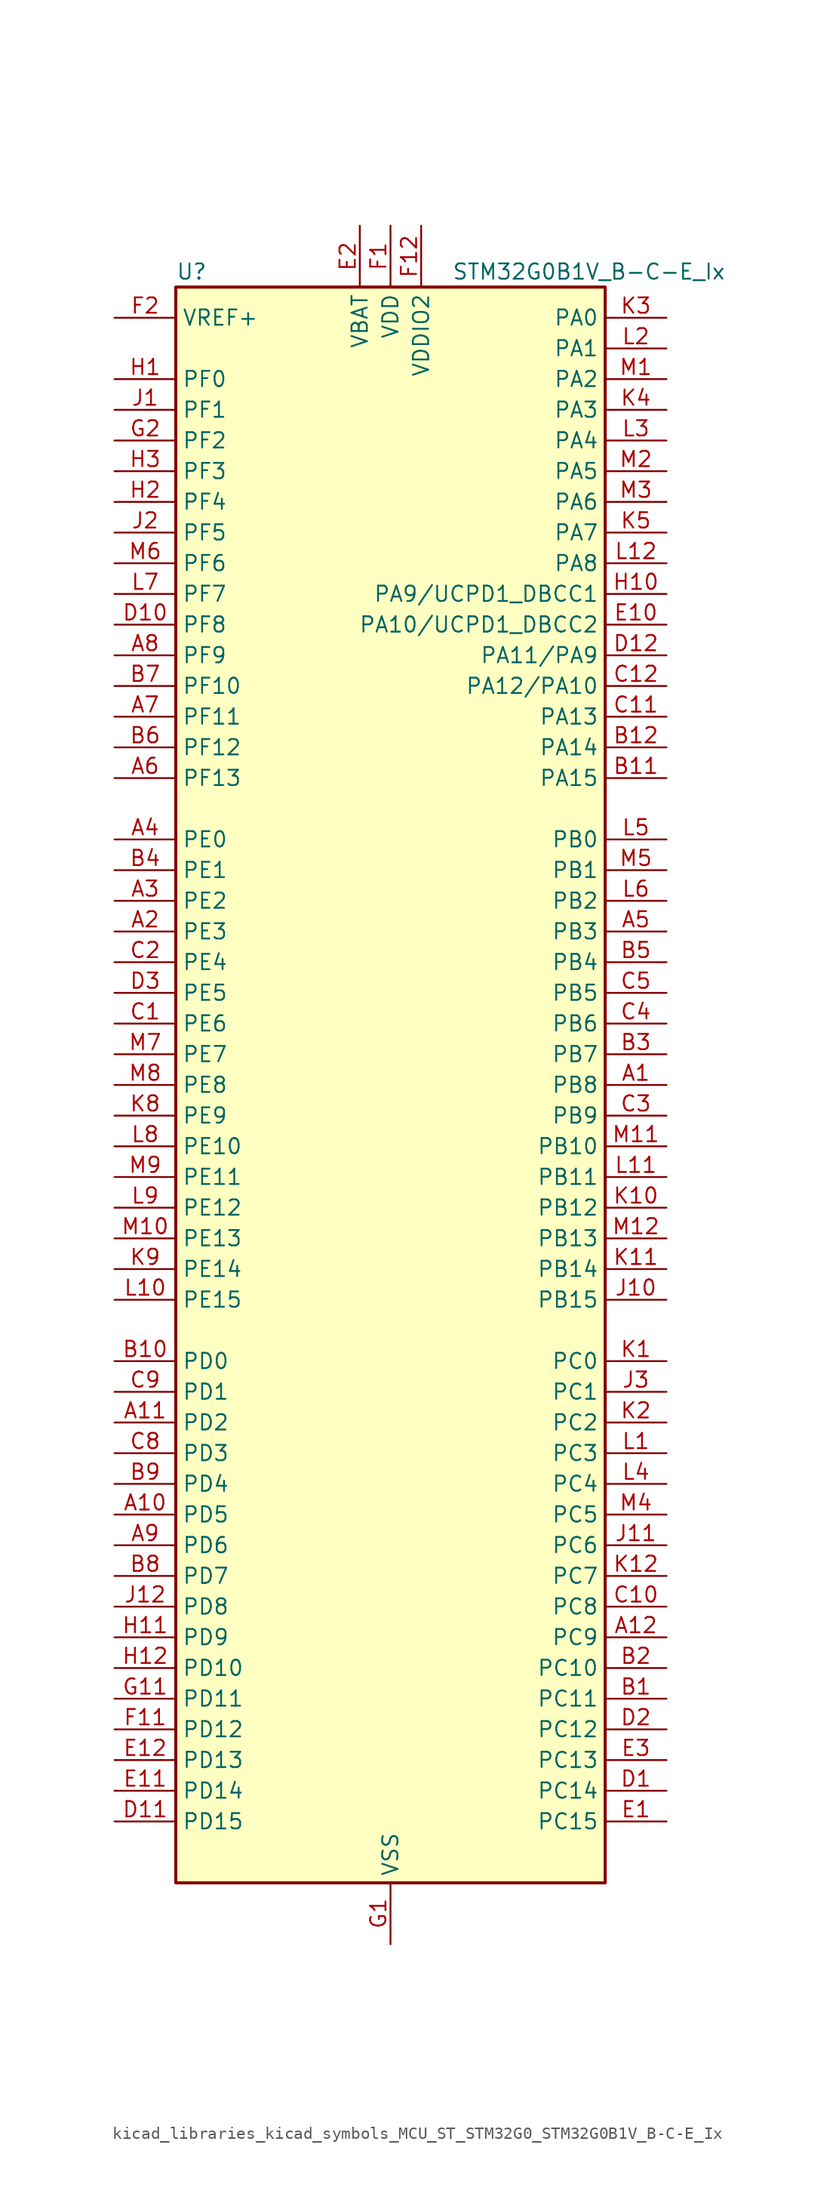
<source format=kicad_sym>
(kicad_symbol_lib
  (version 20220914)
  (generator kicad_symbol_editor)
  (symbol "kicad_libraries_kicad_symbols_MCU_ST_STM32G0_STM32G0B1V_B-C-E_Ix"
    (property "Reference" "U"
      (at -17.78 67.31 0)
      (effects (font (size 1.27 1.27)) (justify left)))
    (property "Value" "STM32G0B1V_B-C-E_Ix"
      (at 5.08 67.31 0)
      (effects (font (size 1.27 1.27)) (justify left)))
    (property "ki_locked" ""
      (at 0 0 0)
      (effects (font (size 1.27 1.27))))
    (symbol "kicad_libraries_kicad_symbols_MCU_ST_STM32G0_STM32G0B1V_B-C-E_Ix_0_1"
      (rectangle (start -17.78 -66.04) (end 17.78 66.04) (stroke (width 0.254) (type default)) (fill (type background))))
    (symbol "kicad_libraries_kicad_symbols_MCU_ST_STM32G0_STM32G0B1V_B-C-E_Ix_1_1"
      (pin bidirectional line (at 22.86 0 180) (length 5.08) (name "PB8" (effects (font (size 1.27 1.27)))) (number "A1" (effects (font (size 1.27 1.27)))) (alternate "CEC" bidirectional line) (alternate "FDCAN1_RX" bidirectional line) (alternate "I2C1_SCL" bidirectional line) (alternate "I2S2_CK" bidirectional line) (alternate "SPI2_SCK" bidirectional line) (alternate "TIM15_BK" bidirectional line) (alternate "TIM16_CH1" bidirectional line) (alternate "TIM4_CH3" bidirectional line) (alternate "USART3_TX" bidirectional line) (alternate "USART6_TX" bidirectional line))
      (pin bidirectional line (at -22.86 -35.56 0) (length 5.08) (name "PD5" (effects (font (size 1.27 1.27)))) (number "A10" (effects (font (size 1.27 1.27)))) (alternate "I2S1_MCK" bidirectional line) (alternate "SPI1_MISO" bidirectional line) (alternate "TIM1_BK" bidirectional line) (alternate "USART2_TX" bidirectional line) (alternate "USART5_CTS" bidirectional line) (alternate "USART5_NSS" bidirectional line))
      (pin bidirectional line (at -22.86 -27.94 0) (length 5.08) (name "PD2" (effects (font (size 1.27 1.27)))) (number "A11" (effects (font (size 1.27 1.27)))) (alternate "TIM1_CH1N" bidirectional line) (alternate "TIM3_ETR" bidirectional line) (alternate "UCPD2_CC2" bidirectional line) (alternate "USART3_CK" bidirectional line) (alternate "USART3_DE" bidirectional line) (alternate "USART3_RTS" bidirectional line) (alternate "USART5_RX" bidirectional line))
      (pin bidirectional line (at 22.86 -45.72 180) (length 5.08) (name "PC9" (effects (font (size 1.27 1.27)))) (number "A12" (effects (font (size 1.27 1.27)))) (alternate "DAC1_EXTI9" bidirectional line) (alternate "I2S_CKIN" bidirectional line) (alternate "LPUART2_DE" bidirectional line) (alternate "LPUART2_RTS" bidirectional line) (alternate "TIM1_CH2" bidirectional line) (alternate "TIM3_CH4" bidirectional line) (alternate "USB_NOE" bidirectional line))
      (pin bidirectional line (at -22.86 12.7 0) (length 5.08) (name "PE3" (effects (font (size 1.27 1.27)))) (number "A2" (effects (font (size 1.27 1.27)))) (alternate "TIM3_CH1" bidirectional line))
      (pin bidirectional line (at -22.86 15.24 0) (length 5.08) (name "PE2" (effects (font (size 1.27 1.27)))) (number "A3" (effects (font (size 1.27 1.27)))) (alternate "TIM3_ETR" bidirectional line))
      (pin bidirectional line (at -22.86 20.32 0) (length 5.08) (name "PE0" (effects (font (size 1.27 1.27)))) (number "A4" (effects (font (size 1.27 1.27)))) (alternate "TIM16_CH1" bidirectional line) (alternate "TIM4_ETR" bidirectional line))
      (pin bidirectional line (at 22.86 12.7 180) (length 5.08) (name "PB3" (effects (font (size 1.27 1.27)))) (number "A5" (effects (font (size 1.27 1.27)))) (alternate "COMP2_INM" bidirectional line) (alternate "I2C2_SCL" bidirectional line) (alternate "I2C3_SCL" bidirectional line) (alternate "I2S1_CK" bidirectional line) (alternate "SPI1_SCK" bidirectional line) (alternate "SPI3_SCK" bidirectional line) (alternate "TIM1_CH2" bidirectional line) (alternate "TIM2_CH2" bidirectional line) (alternate "USART1_CK" bidirectional line) (alternate "USART1_DE" bidirectional line) (alternate "USART1_RTS" bidirectional line) (alternate "USART5_TX" bidirectional line))
      (pin bidirectional line (at -22.86 25.4 0) (length 5.08) (name "PF13" (effects (font (size 1.27 1.27)))) (number "A6" (effects (font (size 1.27 1.27)))) (alternate "TIM15_CH2" bidirectional line))
      (pin bidirectional line (at -22.86 30.48 0) (length 5.08) (name "PF11" (effects (font (size 1.27 1.27)))) (number "A7" (effects (font (size 1.27 1.27)))) (alternate "ADC1_EXTI11" bidirectional line) (alternate "USART6_CK" bidirectional line) (alternate "USART6_DE" bidirectional line) (alternate "USART6_RTS" bidirectional line))
      (pin bidirectional line (at -22.86 35.56 0) (length 5.08) (name "PF9" (effects (font (size 1.27 1.27)))) (number "A8" (effects (font (size 1.27 1.27)))) (alternate "DAC1_EXTI9" bidirectional line) (alternate "USART6_TX" bidirectional line))
      (pin bidirectional line (at -22.86 -38.1 0) (length 5.08) (name "PD6" (effects (font (size 1.27 1.27)))) (number "A9" (effects (font (size 1.27 1.27)))) (alternate "I2S1_SD" bidirectional line) (alternate "LPTIM2_OUT" bidirectional line) (alternate "SPI1_MOSI" bidirectional line) (alternate "USART2_RX" bidirectional line))
      (pin bidirectional line (at 22.86 -50.8 180) (length 5.08) (name "PC11" (effects (font (size 1.27 1.27)))) (number "B1" (effects (font (size 1.27 1.27)))) (alternate "ADC1_EXTI11" bidirectional line) (alternate "SPI3_MISO" bidirectional line) (alternate "TIM1_CH4" bidirectional line) (alternate "USART3_RX" bidirectional line) (alternate "USART4_RX" bidirectional line))
      (pin bidirectional line (at -22.86 -22.86 0) (length 5.08) (name "PD0" (effects (font (size 1.27 1.27)))) (number "B10" (effects (font (size 1.27 1.27)))) (alternate "FDCAN1_RX" bidirectional line) (alternate "I2S2_WS" bidirectional line) (alternate "SPI2_NSS" bidirectional line) (alternate "TIM16_CH1" bidirectional line) (alternate "UCPD2_CC1" bidirectional line))
      (pin bidirectional line (at 22.86 25.4 180) (length 5.08) (name "PA15" (effects (font (size 1.27 1.27)))) (number "B11" (effects (font (size 1.27 1.27)))) (alternate "I2C2_SMBA" bidirectional line) (alternate "I2S1_WS" bidirectional line) (alternate "RCC_MCO_2" bidirectional line) (alternate "SPI1_NSS" bidirectional line) (alternate "SPI3_NSS" bidirectional line) (alternate "TIM2_CH1" bidirectional line) (alternate "TIM2_ETR" bidirectional line) (alternate "USART2_RX" bidirectional line) (alternate "USART3_CK" bidirectional line) (alternate "USART3_DE" bidirectional line) (alternate "USART3_RTS" bidirectional line) (alternate "USART4_CK" bidirectional line) (alternate "USART4_DE" bidirectional line) (alternate "USART4_RTS" bidirectional line) (alternate "USB_NOE" bidirectional line))
      (pin bidirectional line (at 22.86 27.94 180) (length 5.08) (name "PA14" (effects (font (size 1.27 1.27)))) (number "B12" (effects (font (size 1.27 1.27)))) (alternate "LPUART2_TX" bidirectional line) (alternate "SYS_SWCLK" bidirectional line) (alternate "USART2_TX" bidirectional line))
      (pin bidirectional line (at 22.86 -48.26 180) (length 5.08) (name "PC10" (effects (font (size 1.27 1.27)))) (number "B2" (effects (font (size 1.27 1.27)))) (alternate "SPI3_SCK" bidirectional line) (alternate "TIM1_CH3" bidirectional line) (alternate "USART3_TX" bidirectional line) (alternate "USART4_TX" bidirectional line))
      (pin bidirectional line (at 22.86 2.54 180) (length 5.08) (name "PB7" (effects (font (size 1.27 1.27)))) (number "B3" (effects (font (size 1.27 1.27)))) (alternate "COMP2_INM" bidirectional line) (alternate "I2C1_SDA" bidirectional line) (alternate "I2S2_SD" bidirectional line) (alternate "LPTIM1_IN2" bidirectional line) (alternate "LPUART2_RX" bidirectional line) (alternate "SPI2_MOSI" bidirectional line) (alternate "SYS_PVD_IN" bidirectional line) (alternate "TIM17_CH1N" bidirectional line) (alternate "TIM4_CH2" bidirectional line) (alternate "USART1_RX" bidirectional line) (alternate "USART4_CTS" bidirectional line) (alternate "USART4_NSS" bidirectional line))
      (pin bidirectional line (at -22.86 17.78 0) (length 5.08) (name "PE1" (effects (font (size 1.27 1.27)))) (number "B4" (effects (font (size 1.27 1.27)))) (alternate "TIM17_CH1" bidirectional line))
      (pin bidirectional line (at 22.86 10.16 180) (length 5.08) (name "PB4" (effects (font (size 1.27 1.27)))) (number "B5" (effects (font (size 1.27 1.27)))) (alternate "COMP2_INP" bidirectional line) (alternate "I2C2_SDA" bidirectional line) (alternate "I2C3_SDA" bidirectional line) (alternate "I2S1_MCK" bidirectional line) (alternate "SPI1_MISO" bidirectional line) (alternate "SPI3_MISO" bidirectional line) (alternate "TIM17_BK" bidirectional line) (alternate "TIM3_CH1" bidirectional line) (alternate "USART1_CTS" bidirectional line) (alternate "USART1_NSS" bidirectional line) (alternate "USART5_RX" bidirectional line))
      (pin bidirectional line (at -22.86 27.94 0) (length 5.08) (name "PF12" (effects (font (size 1.27 1.27)))) (number "B6" (effects (font (size 1.27 1.27)))) (alternate "TIM15_CH1" bidirectional line) (alternate "USART6_CTS" bidirectional line) (alternate "USART6_NSS" bidirectional line))
      (pin bidirectional line (at -22.86 33.02 0) (length 5.08) (name "PF10" (effects (font (size 1.27 1.27)))) (number "B7" (effects (font (size 1.27 1.27)))) (alternate "USART6_RX" bidirectional line))
      (pin bidirectional line (at -22.86 -40.64 0) (length 5.08) (name "PD7" (effects (font (size 1.27 1.27)))) (number "B8" (effects (font (size 1.27 1.27)))) (alternate "RCC_MCO_2" bidirectional line))
      (pin bidirectional line (at -22.86 -33.02 0) (length 5.08) (name "PD4" (effects (font (size 1.27 1.27)))) (number "B9" (effects (font (size 1.27 1.27)))) (alternate "I2S2_SD" bidirectional line) (alternate "SPI2_MOSI" bidirectional line) (alternate "TIM1_CH3N" bidirectional line) (alternate "USART2_CK" bidirectional line) (alternate "USART2_DE" bidirectional line) (alternate "USART2_RTS" bidirectional line) (alternate "USART5_CK" bidirectional line) (alternate "USART5_DE" bidirectional line) (alternate "USART5_RTS" bidirectional line))
      (pin bidirectional line (at -22.86 5.08 0) (length 5.08) (name "PE6" (effects (font (size 1.27 1.27)))) (number "C1" (effects (font (size 1.27 1.27)))) (alternate "RTC_TAMP_IN3" bidirectional line) (alternate "SYS_WKUP3" bidirectional line) (alternate "TIM3_CH4" bidirectional line))
      (pin bidirectional line (at 22.86 -43.18 180) (length 5.08) (name "PC8" (effects (font (size 1.27 1.27)))) (number "C10" (effects (font (size 1.27 1.27)))) (alternate "LPUART2_CTS" bidirectional line) (alternate "TIM1_CH1" bidirectional line) (alternate "TIM3_CH3" bidirectional line) (alternate "UCPD2_FRSTX1" bidirectional line) (alternate "UCPD2_FRSTX2" bidirectional line))
      (pin bidirectional line (at 22.86 30.48 180) (length 5.08) (name "PA13" (effects (font (size 1.27 1.27)))) (number "C11" (effects (font (size 1.27 1.27)))) (alternate "IR_OUT" bidirectional line) (alternate "LPUART2_RX" bidirectional line) (alternate "SYS_SWDIO" bidirectional line) (alternate "USB_NOE" bidirectional line))
      (pin bidirectional line (at 22.86 33.02 180) (length 5.08) (name "PA12/PA10" (effects (font (size 1.27 1.27)))) (number "C12" (effects (font (size 1.27 1.27)))) (alternate "COMP2_OUT" bidirectional line) (alternate "FDCAN1_TX" bidirectional line) (alternate "I2C2_SDA" bidirectional line) (alternate "I2S1_SD" bidirectional line) (alternate "I2S_CKIN" bidirectional line) (alternate "SPI1_MOSI" bidirectional line) (alternate "TIM1_ETR" bidirectional line) (alternate "USART1_CK" bidirectional line) (alternate "USART1_DE" bidirectional line) (alternate "USART1_RTS" bidirectional line) (alternate "USB_DP" bidirectional line))
      (pin bidirectional line (at -22.86 10.16 0) (length 5.08) (name "PE4" (effects (font (size 1.27 1.27)))) (number "C2" (effects (font (size 1.27 1.27)))) (alternate "TIM3_CH2" bidirectional line))
      (pin bidirectional line (at 22.86 -2.54 180) (length 5.08) (name "PB9" (effects (font (size 1.27 1.27)))) (number "C3" (effects (font (size 1.27 1.27)))) (alternate "DAC1_EXTI9" bidirectional line) (alternate "FDCAN1_TX" bidirectional line) (alternate "I2C1_SDA" bidirectional line) (alternate "I2S2_WS" bidirectional line) (alternate "IR_OUT" bidirectional line) (alternate "SPI2_NSS" bidirectional line) (alternate "TIM17_CH1" bidirectional line) (alternate "TIM4_CH4" bidirectional line) (alternate "UCPD2_FRSTX1" bidirectional line) (alternate "UCPD2_FRSTX2" bidirectional line) (alternate "USART3_RX" bidirectional line) (alternate "USART6_RX" bidirectional line))
      (pin bidirectional line (at 22.86 5.08 180) (length 5.08) (name "PB6" (effects (font (size 1.27 1.27)))) (number "C4" (effects (font (size 1.27 1.27)))) (alternate "COMP2_INP" bidirectional line) (alternate "FDCAN2_TX" bidirectional line) (alternate "I2C1_SCL" bidirectional line) (alternate "I2S2_MCK" bidirectional line) (alternate "LPTIM1_ETR" bidirectional line) (alternate "LPUART2_TX" bidirectional line) (alternate "SPI2_MISO" bidirectional line) (alternate "TIM16_CH1N" bidirectional line) (alternate "TIM1_CH3" bidirectional line) (alternate "TIM4_CH1" bidirectional line) (alternate "USART1_TX" bidirectional line) (alternate "USART5_CTS" bidirectional line) (alternate "USART5_NSS" bidirectional line))
      (pin bidirectional line (at 22.86 7.62 180) (length 5.08) (name "PB5" (effects (font (size 1.27 1.27)))) (number "C5" (effects (font (size 1.27 1.27)))) (alternate "COMP2_OUT" bidirectional line) (alternate "FDCAN2_RX" bidirectional line) (alternate "I2C1_SMBA" bidirectional line) (alternate "I2S1_SD" bidirectional line) (alternate "LPTIM1_IN1" bidirectional line) (alternate "SPI1_MOSI" bidirectional line) (alternate "SPI3_MOSI" bidirectional line) (alternate "SYS_WKUP6" bidirectional line) (alternate "TIM16_BK" bidirectional line) (alternate "TIM3_CH2" bidirectional line) (alternate "USART5_CK" bidirectional line) (alternate "USART5_DE" bidirectional line) (alternate "USART5_RTS" bidirectional line))
      (pin bidirectional line (at -22.86 -30.48 0) (length 5.08) (name "PD3" (effects (font (size 1.27 1.27)))) (number "C8" (effects (font (size 1.27 1.27)))) (alternate "I2S2_MCK" bidirectional line) (alternate "SPI2_MISO" bidirectional line) (alternate "TIM1_CH2N" bidirectional line) (alternate "UCPD2_DBCC2" bidirectional line) (alternate "USART2_CTS" bidirectional line) (alternate "USART2_NSS" bidirectional line) (alternate "USART5_TX" bidirectional line))
      (pin bidirectional line (at -22.86 -25.4 0) (length 5.08) (name "PD1" (effects (font (size 1.27 1.27)))) (number "C9" (effects (font (size 1.27 1.27)))) (alternate "FDCAN1_TX" bidirectional line) (alternate "I2S2_CK" bidirectional line) (alternate "SPI2_SCK" bidirectional line) (alternate "TIM17_CH1" bidirectional line) (alternate "UCPD2_DBCC1" bidirectional line))
      (pin bidirectional line (at 22.86 -58.42 180) (length 5.08) (name "PC14" (effects (font (size 1.27 1.27)))) (number "D1" (effects (font (size 1.27 1.27)))) (alternate "RCC_OSC32_IN" bidirectional line) (alternate "TIM1_BK2" bidirectional line))
      (pin bidirectional line (at -22.86 38.1 0) (length 5.08) (name "PF8" (effects (font (size 1.27 1.27)))) (number "D10" (effects (font (size 1.27 1.27)))))
      (pin bidirectional line (at -22.86 -60.96 0) (length 5.08) (name "PD15" (effects (font (size 1.27 1.27)))) (number "D11" (effects (font (size 1.27 1.27)))) (alternate "CRS1_SYNC" bidirectional line) (alternate "FDCAN2_TX" bidirectional line) (alternate "LPUART2_DE" bidirectional line) (alternate "LPUART2_RTS" bidirectional line) (alternate "TIM4_CH4" bidirectional line))
      (pin bidirectional line (at 22.86 35.56 180) (length 5.08) (name "PA11/PA9" (effects (font (size 1.27 1.27)))) (number "D12" (effects (font (size 1.27 1.27)))) (alternate "ADC1_EXTI11" bidirectional line) (alternate "COMP1_OUT" bidirectional line) (alternate "FDCAN1_RX" bidirectional line) (alternate "I2C2_SCL" bidirectional line) (alternate "I2S1_MCK" bidirectional line) (alternate "SPI1_MISO" bidirectional line) (alternate "TIM1_BK2" bidirectional line) (alternate "TIM1_CH4" bidirectional line) (alternate "USART1_CTS" bidirectional line) (alternate "USART1_NSS" bidirectional line) (alternate "USB_DM" bidirectional line))
      (pin bidirectional line (at 22.86 -53.34 180) (length 5.08) (name "PC12" (effects (font (size 1.27 1.27)))) (number "D2" (effects (font (size 1.27 1.27)))) (alternate "LPTIM1_IN1" bidirectional line) (alternate "SPI3_MOSI" bidirectional line) (alternate "TIM14_CH1" bidirectional line) (alternate "UCPD1_FRSTX1" bidirectional line) (alternate "UCPD1_FRSTX2" bidirectional line) (alternate "USART5_TX" bidirectional line))
      (pin bidirectional line (at -22.86 7.62 0) (length 5.08) (name "PE5" (effects (font (size 1.27 1.27)))) (number "D3" (effects (font (size 1.27 1.27)))) (alternate "TIM3_CH3" bidirectional line))
      (pin bidirectional line (at 22.86 -60.96 180) (length 5.08) (name "PC15" (effects (font (size 1.27 1.27)))) (number "E1" (effects (font (size 1.27 1.27)))) (alternate "RCC_OSC32_EN" bidirectional line) (alternate "RCC_OSC32_OUT" bidirectional line) (alternate "RCC_OSC_EN" bidirectional line) (alternate "TIM15_BK" bidirectional line))
      (pin bidirectional line (at 22.86 38.1 180) (length 5.08) (name "PA10/UCPD1_DBCC2" (effects (font (size 1.27 1.27)))) (number "E10" (effects (font (size 1.27 1.27)))) (alternate "I2C1_SDA" bidirectional line) (alternate "I2C2_SDA" bidirectional line) (alternate "I2S2_SD" bidirectional line) (alternate "RCC_MCO_2" bidirectional line) (alternate "SPI2_MOSI" bidirectional line) (alternate "TIM17_BK" bidirectional line) (alternate "TIM1_CH3" bidirectional line) (alternate "UCPD1_DBCC2" bidirectional line) (alternate "USART1_RX" bidirectional line))
      (pin bidirectional line (at -22.86 -58.42 0) (length 5.08) (name "PD14" (effects (font (size 1.27 1.27)))) (number "E11" (effects (font (size 1.27 1.27)))) (alternate "FDCAN2_RX" bidirectional line) (alternate "LPUART2_CTS" bidirectional line) (alternate "TIM4_CH3" bidirectional line))
      (pin bidirectional line (at -22.86 -55.88 0) (length 5.08) (name "PD13" (effects (font (size 1.27 1.27)))) (number "E12" (effects (font (size 1.27 1.27)))) (alternate "FDCAN1_TX" bidirectional line) (alternate "LPTIM2_OUT" bidirectional line) (alternate "TIM4_CH2" bidirectional line))
      (pin power_in line (at -2.54 71.12 270) (length 5.08) (name "VBAT" (effects (font (size 1.27 1.27)))) (number "E2" (effects (font (size 1.27 1.27)))))
      (pin bidirectional line (at 22.86 -55.88 180) (length 5.08) (name "PC13" (effects (font (size 1.27 1.27)))) (number "E3" (effects (font (size 1.27 1.27)))) (alternate "RTC_OUT1" bidirectional line) (alternate "RTC_TAMP_IN1" bidirectional line) (alternate "RTC_TS" bidirectional line) (alternate "SYS_WKUP2" bidirectional line) (alternate "TIM1_BK" bidirectional line))
      (pin power_in line (at 0 71.12 270) (length 5.08) (name "VDD" (effects (font (size 1.27 1.27)))) (number "F1" (effects (font (size 1.27 1.27)))))
      (pin bidirectional line (at -22.86 -53.34 0) (length 5.08) (name "PD12" (effects (font (size 1.27 1.27)))) (number "F11" (effects (font (size 1.27 1.27)))) (alternate "FDCAN1_RX" bidirectional line) (alternate "LPTIM2_IN1" bidirectional line) (alternate "TIM4_CH1" bidirectional line) (alternate "USART3_CK" bidirectional line) (alternate "USART3_DE" bidirectional line) (alternate "USART3_RTS" bidirectional line))
      (pin power_in line (at 2.54 71.12 270) (length 5.08) (name "VDDIO2" (effects (font (size 1.27 1.27)))) (number "F12" (effects (font (size 1.27 1.27)))))
      (pin input line (at -22.86 63.5 0) (length 5.08) (name "VREF+" (effects (font (size 1.27 1.27)))) (number "F2" (effects (font (size 1.27 1.27)))) (alternate "VREFBUF_OUT" bidirectional line))
      (pin power_in line (at 0 -71.12 90) (length 5.08) (name "VSS" (effects (font (size 1.27 1.27)))) (number "G1" (effects (font (size 1.27 1.27)))))
      (pin bidirectional line (at -22.86 -50.8 0) (length 5.08) (name "PD11" (effects (font (size 1.27 1.27)))) (number "G11" (effects (font (size 1.27 1.27)))) (alternate "ADC1_EXTI11" bidirectional line) (alternate "LPTIM2_ETR" bidirectional line) (alternate "USART3_CTS" bidirectional line) (alternate "USART3_NSS" bidirectional line))
      (pin passive line (at 0 -71.12 90) (length 5.08) hide (name "VSS" (effects (font (size 1.27 1.27)))) (number "G12" (effects (font (size 1.27 1.27)))))
      (pin bidirectional line (at -22.86 53.34 0) (length 5.08) (name "PF2" (effects (font (size 1.27 1.27)))) (number "G2" (effects (font (size 1.27 1.27)))) (alternate "LPUART2_DE" bidirectional line) (alternate "LPUART2_RTS" bidirectional line) (alternate "LPUART2_TX" bidirectional line) (alternate "RCC_MCO" bidirectional line))
      (pin bidirectional line (at -22.86 58.42 0) (length 5.08) (name "PF0" (effects (font (size 1.27 1.27)))) (number "H1" (effects (font (size 1.27 1.27)))) (alternate "CRS1_SYNC" bidirectional line) (alternate "RCC_OSC_IN" bidirectional line) (alternate "TIM14_CH1" bidirectional line))
      (pin bidirectional line (at 22.86 40.64 180) (length 5.08) (name "PA9/UCPD1_DBCC1" (effects (font (size 1.27 1.27)))) (number "H10" (effects (font (size 1.27 1.27)))) (alternate "DAC1_EXTI9" bidirectional line) (alternate "I2C1_SCL" bidirectional line) (alternate "I2C2_SCL" bidirectional line) (alternate "I2S2_MCK" bidirectional line) (alternate "RCC_MCO" bidirectional line) (alternate "SPI2_MISO" bidirectional line) (alternate "TIM15_BK" bidirectional line) (alternate "TIM1_CH2" bidirectional line) (alternate "UCPD1_DBCC1" bidirectional line) (alternate "USART1_TX" bidirectional line))
      (pin bidirectional line (at -22.86 -45.72 0) (length 5.08) (name "PD9" (effects (font (size 1.27 1.27)))) (number "H11" (effects (font (size 1.27 1.27)))) (alternate "DAC1_EXTI9" bidirectional line) (alternate "I2S1_WS" bidirectional line) (alternate "SPI1_NSS" bidirectional line) (alternate "TIM1_BK2" bidirectional line) (alternate "USART3_RX" bidirectional line))
      (pin bidirectional line (at -22.86 -48.26 0) (length 5.08) (name "PD10" (effects (font (size 1.27 1.27)))) (number "H12" (effects (font (size 1.27 1.27)))) (alternate "RCC_MCO" bidirectional line))
      (pin bidirectional line (at -22.86 48.26 0) (length 5.08) (name "PF4" (effects (font (size 1.27 1.27)))) (number "H2" (effects (font (size 1.27 1.27)))) (alternate "LPUART1_TX" bidirectional line))
      (pin bidirectional line (at -22.86 50.8 0) (length 5.08) (name "PF3" (effects (font (size 1.27 1.27)))) (number "H3" (effects (font (size 1.27 1.27)))) (alternate "LPUART2_RX" bidirectional line) (alternate "USART6_CK" bidirectional line) (alternate "USART6_DE" bidirectional line) (alternate "USART6_RTS" bidirectional line))
      (pin bidirectional line (at -22.86 55.88 0) (length 5.08) (name "PF1" (effects (font (size 1.27 1.27)))) (number "J1" (effects (font (size 1.27 1.27)))) (alternate "RCC_OSC_EN" bidirectional line) (alternate "RCC_OSC_OUT" bidirectional line) (alternate "TIM15_CH1N" bidirectional line))
      (pin bidirectional line (at 22.86 -17.78 180) (length 5.08) (name "PB15" (effects (font (size 1.27 1.27)))) (number "J10" (effects (font (size 1.27 1.27)))) (alternate "I2S2_SD" bidirectional line) (alternate "RTC_REFIN" bidirectional line) (alternate "SPI2_MOSI" bidirectional line) (alternate "TIM15_CH1N" bidirectional line) (alternate "TIM15_CH2" bidirectional line) (alternate "TIM1_CH3N" bidirectional line) (alternate "UCPD1_CC2" bidirectional line) (alternate "USART6_CTS" bidirectional line) (alternate "USART6_NSS" bidirectional line))
      (pin bidirectional line (at 22.86 -38.1 180) (length 5.08) (name "PC6" (effects (font (size 1.27 1.27)))) (number "J11" (effects (font (size 1.27 1.27)))) (alternate "LPUART2_TX" bidirectional line) (alternate "TIM2_CH3" bidirectional line) (alternate "TIM3_CH1" bidirectional line) (alternate "UCPD1_FRSTX1" bidirectional line) (alternate "UCPD1_FRSTX2" bidirectional line))
      (pin bidirectional line (at -22.86 -43.18 0) (length 5.08) (name "PD8" (effects (font (size 1.27 1.27)))) (number "J12" (effects (font (size 1.27 1.27)))) (alternate "I2S1_CK" bidirectional line) (alternate "LPTIM1_OUT" bidirectional line) (alternate "SPI1_SCK" bidirectional line) (alternate "USART3_TX" bidirectional line))
      (pin bidirectional line (at -22.86 45.72 0) (length 5.08) (name "PF5" (effects (font (size 1.27 1.27)))) (number "J2" (effects (font (size 1.27 1.27)))) (alternate "LPUART1_RX" bidirectional line))
      (pin bidirectional line (at 22.86 -25.4 180) (length 5.08) (name "PC1" (effects (font (size 1.27 1.27)))) (number "J3" (effects (font (size 1.27 1.27)))) (alternate "COMP3_INP" bidirectional line) (alternate "I2C3_SDA" bidirectional line) (alternate "LPTIM1_OUT" bidirectional line) (alternate "LPUART1_TX" bidirectional line) (alternate "LPUART2_RX" bidirectional line) (alternate "TIM15_CH1" bidirectional line) (alternate "USART6_RX" bidirectional line))
      (pin bidirectional line (at 22.86 -22.86 180) (length 5.08) (name "PC0" (effects (font (size 1.27 1.27)))) (number "K1" (effects (font (size 1.27 1.27)))) (alternate "COMP3_INM" bidirectional line) (alternate "COMP3_OUT" bidirectional line) (alternate "I2C3_SCL" bidirectional line) (alternate "LPTIM1_IN1" bidirectional line) (alternate "LPTIM2_IN1" bidirectional line) (alternate "LPUART1_RX" bidirectional line) (alternate "LPUART2_TX" bidirectional line) (alternate "USART6_TX" bidirectional line))
      (pin bidirectional line (at 22.86 -10.16 180) (length 5.08) (name "PB12" (effects (font (size 1.27 1.27)))) (number "K10" (effects (font (size 1.27 1.27)))) (alternate "ADC1_IN16" bidirectional line) (alternate "FDCAN2_RX" bidirectional line) (alternate "I2C2_SMBA" bidirectional line) (alternate "I2S2_WS" bidirectional line) (alternate "LPUART1_DE" bidirectional line) (alternate "LPUART1_RTS" bidirectional line) (alternate "SPI2_NSS" bidirectional line) (alternate "TIM15_BK" bidirectional line) (alternate "TIM1_BK" bidirectional line) (alternate "UCPD2_FRSTX1" bidirectional line) (alternate "UCPD2_FRSTX2" bidirectional line))
      (pin bidirectional line (at 22.86 -15.24 180) (length 5.08) (name "PB14" (effects (font (size 1.27 1.27)))) (number "K11" (effects (font (size 1.27 1.27)))) (alternate "I2C2_SDA" bidirectional line) (alternate "I2S2_MCK" bidirectional line) (alternate "SPI2_MISO" bidirectional line) (alternate "TIM15_CH1" bidirectional line) (alternate "TIM1_CH2N" bidirectional line) (alternate "UCPD1_FRSTX1" bidirectional line) (alternate "UCPD1_FRSTX2" bidirectional line) (alternate "USART3_CK" bidirectional line) (alternate "USART3_DE" bidirectional line) (alternate "USART3_RTS" bidirectional line) (alternate "USART6_CK" bidirectional line) (alternate "USART6_DE" bidirectional line) (alternate "USART6_RTS" bidirectional line))
      (pin bidirectional line (at 22.86 -40.64 180) (length 5.08) (name "PC7" (effects (font (size 1.27 1.27)))) (number "K12" (effects (font (size 1.27 1.27)))) (alternate "LPUART2_RX" bidirectional line) (alternate "TIM2_CH4" bidirectional line) (alternate "TIM3_CH2" bidirectional line) (alternate "UCPD2_FRSTX1" bidirectional line) (alternate "UCPD2_FRSTX2" bidirectional line))
      (pin bidirectional line (at 22.86 -27.94 180) (length 5.08) (name "PC2" (effects (font (size 1.27 1.27)))) (number "K2" (effects (font (size 1.27 1.27)))) (alternate "COMP3_OUT" bidirectional line) (alternate "FDCAN2_RX" bidirectional line) (alternate "I2S2_MCK" bidirectional line) (alternate "LPTIM1_IN2" bidirectional line) (alternate "SPI2_MISO" bidirectional line) (alternate "TIM15_CH2" bidirectional line))
      (pin bidirectional line (at 22.86 63.5 180) (length 5.08) (name "PA0" (effects (font (size 1.27 1.27)))) (number "K3" (effects (font (size 1.27 1.27)))) (alternate "ADC1_IN0" bidirectional line) (alternate "COMP1_INM" bidirectional line) (alternate "COMP1_OUT" bidirectional line) (alternate "I2S2_CK" bidirectional line) (alternate "LPTIM1_OUT" bidirectional line) (alternate "RTC_TAMP_IN2" bidirectional line) (alternate "SPI2_SCK" bidirectional line) (alternate "SYS_WKUP1" bidirectional line) (alternate "TIM2_CH1" bidirectional line) (alternate "TIM2_ETR" bidirectional line) (alternate "UCPD2_FRSTX1" bidirectional line) (alternate "UCPD2_FRSTX2" bidirectional line) (alternate "USART2_CTS" bidirectional line) (alternate "USART2_NSS" bidirectional line) (alternate "USART4_TX" bidirectional line))
      (pin bidirectional line (at 22.86 55.88 180) (length 5.08) (name "PA3" (effects (font (size 1.27 1.27)))) (number "K4" (effects (font (size 1.27 1.27)))) (alternate "ADC1_IN3" bidirectional line) (alternate "COMP2_INP" bidirectional line) (alternate "I2S2_MCK" bidirectional line) (alternate "LPUART1_RX" bidirectional line) (alternate "SPI2_MISO" bidirectional line) (alternate "TIM15_CH2" bidirectional line) (alternate "TIM2_CH4" bidirectional line) (alternate "UCPD2_FRSTX1" bidirectional line) (alternate "UCPD2_FRSTX2" bidirectional line) (alternate "USART2_RX" bidirectional line))
      (pin bidirectional line (at 22.86 45.72 180) (length 5.08) (name "PA7" (effects (font (size 1.27 1.27)))) (number "K5" (effects (font (size 1.27 1.27)))) (alternate "ADC1_IN7" bidirectional line) (alternate "COMP2_OUT" bidirectional line) (alternate "I2C2_SCL" bidirectional line) (alternate "I2C3_SCL" bidirectional line) (alternate "I2S1_SD" bidirectional line) (alternate "SPI1_MOSI" bidirectional line) (alternate "TIM14_CH1" bidirectional line) (alternate "TIM17_CH1" bidirectional line) (alternate "TIM1_CH1N" bidirectional line) (alternate "TIM3_CH2" bidirectional line) (alternate "UCPD1_FRSTX1" bidirectional line) (alternate "UCPD1_FRSTX2" bidirectional line) (alternate "USART6_CK" bidirectional line) (alternate "USART6_DE" bidirectional line) (alternate "USART6_RTS" bidirectional line))
      (pin bidirectional line (at -22.86 -2.54 0) (length 5.08) (name "PE9" (effects (font (size 1.27 1.27)))) (number "K8" (effects (font (size 1.27 1.27)))) (alternate "DAC1_EXTI9" bidirectional line) (alternate "TIM1_CH1" bidirectional line) (alternate "USART4_RX" bidirectional line))
      (pin bidirectional line (at -22.86 -15.24 0) (length 5.08) (name "PE14" (effects (font (size 1.27 1.27)))) (number "K9" (effects (font (size 1.27 1.27)))) (alternate "I2S1_MCK" bidirectional line) (alternate "SPI1_MISO" bidirectional line) (alternate "TIM1_BK2" bidirectional line) (alternate "TIM1_CH4" bidirectional line))
      (pin bidirectional line (at 22.86 -30.48 180) (length 5.08) (name "PC3" (effects (font (size 1.27 1.27)))) (number "L1" (effects (font (size 1.27 1.27)))) (alternate "FDCAN2_TX" bidirectional line) (alternate "I2S2_SD" bidirectional line) (alternate "LPTIM1_ETR" bidirectional line) (alternate "LPTIM2_ETR" bidirectional line) (alternate "SPI2_MOSI" bidirectional line))
      (pin bidirectional line (at -22.86 -17.78 0) (length 5.08) (name "PE15" (effects (font (size 1.27 1.27)))) (number "L10" (effects (font (size 1.27 1.27)))) (alternate "I2S1_SD" bidirectional line) (alternate "SPI1_MOSI" bidirectional line) (alternate "TIM1_BK" bidirectional line))
      (pin bidirectional line (at 22.86 -7.62 180) (length 5.08) (name "PB11" (effects (font (size 1.27 1.27)))) (number "L11" (effects (font (size 1.27 1.27)))) (alternate "ADC1_EXTI11" bidirectional line) (alternate "ADC1_IN15" bidirectional line) (alternate "COMP2_OUT" bidirectional line) (alternate "I2C2_SDA" bidirectional line) (alternate "I2S2_SD" bidirectional line) (alternate "LPUART1_TX" bidirectional line) (alternate "SPI2_MOSI" bidirectional line) (alternate "TIM2_CH4" bidirectional line) (alternate "USART3_RX" bidirectional line))
      (pin bidirectional line (at 22.86 43.18 180) (length 5.08) (name "PA8" (effects (font (size 1.27 1.27)))) (number "L12" (effects (font (size 1.27 1.27)))) (alternate "CRS1_SYNC" bidirectional line) (alternate "I2C2_SMBA" bidirectional line) (alternate "I2S2_WS" bidirectional line) (alternate "LPTIM2_OUT" bidirectional line) (alternate "RCC_MCO" bidirectional line) (alternate "SPI2_NSS" bidirectional line) (alternate "TIM1_CH1" bidirectional line) (alternate "UCPD1_CC1" bidirectional line))
      (pin bidirectional line (at 22.86 60.96 180) (length 5.08) (name "PA1" (effects (font (size 1.27 1.27)))) (number "L2" (effects (font (size 1.27 1.27)))) (alternate "ADC1_IN1" bidirectional line) (alternate "COMP1_INP" bidirectional line) (alternate "I2C1_SMBA" bidirectional line) (alternate "I2S1_CK" bidirectional line) (alternate "SPI1_SCK" bidirectional line) (alternate "TIM15_CH1N" bidirectional line) (alternate "TIM2_CH2" bidirectional line) (alternate "USART2_CK" bidirectional line) (alternate "USART2_DE" bidirectional line) (alternate "USART2_RTS" bidirectional line) (alternate "USART4_RX" bidirectional line))
      (pin bidirectional line (at 22.86 53.34 180) (length 5.08) (name "PA4" (effects (font (size 1.27 1.27)))) (number "L3" (effects (font (size 1.27 1.27)))) (alternate "ADC1_IN4" bidirectional line) (alternate "DAC1_OUT1" bidirectional line) (alternate "I2S1_WS" bidirectional line) (alternate "I2S2_SD" bidirectional line) (alternate "LPTIM2_OUT" bidirectional line) (alternate "RTC_OUT2" bidirectional line) (alternate "SPI1_NSS" bidirectional line) (alternate "SPI2_MOSI" bidirectional line) (alternate "SPI3_NSS" bidirectional line) (alternate "TIM14_CH1" bidirectional line) (alternate "UCPD2_FRSTX1" bidirectional line) (alternate "UCPD2_FRSTX2" bidirectional line) (alternate "USART6_TX" bidirectional line) (alternate "USB_NOE" bidirectional line))
      (pin bidirectional line (at 22.86 -33.02 180) (length 5.08) (name "PC4" (effects (font (size 1.27 1.27)))) (number "L4" (effects (font (size 1.27 1.27)))) (alternate "ADC1_IN17" bidirectional line) (alternate "COMP1_INM" bidirectional line) (alternate "FDCAN1_RX" bidirectional line) (alternate "TIM2_CH1" bidirectional line) (alternate "TIM2_ETR" bidirectional line) (alternate "USART1_TX" bidirectional line) (alternate "USART3_TX" bidirectional line))
      (pin bidirectional line (at 22.86 20.32 180) (length 5.08) (name "PB0" (effects (font (size 1.27 1.27)))) (number "L5" (effects (font (size 1.27 1.27)))) (alternate "ADC1_IN8" bidirectional line) (alternate "COMP1_OUT" bidirectional line) (alternate "COMP3_INP" bidirectional line) (alternate "FDCAN2_RX" bidirectional line) (alternate "I2S1_WS" bidirectional line) (alternate "LPTIM1_OUT" bidirectional line) (alternate "LPUART2_CTS" bidirectional line) (alternate "SPI1_NSS" bidirectional line) (alternate "TIM1_CH2N" bidirectional line) (alternate "TIM3_CH3" bidirectional line) (alternate "UCPD1_FRSTX1" bidirectional line) (alternate "UCPD1_FRSTX2" bidirectional line) (alternate "USART3_RX" bidirectional line) (alternate "USART5_TX" bidirectional line))
      (pin bidirectional line (at 22.86 15.24 180) (length 5.08) (name "PB2" (effects (font (size 1.27 1.27)))) (number "L6" (effects (font (size 1.27 1.27)))) (alternate "ADC1_IN10" bidirectional line) (alternate "COMP1_INP" bidirectional line) (alternate "COMP3_INM" bidirectional line) (alternate "I2S2_MCK" bidirectional line) (alternate "LPTIM1_OUT" bidirectional line) (alternate "RCC_MCO_2" bidirectional line) (alternate "SPI2_MISO" bidirectional line) (alternate "USART3_TX" bidirectional line))
      (pin bidirectional line (at -22.86 40.64 0) (length 5.08) (name "PF7" (effects (font (size 1.27 1.27)))) (number "L7" (effects (font (size 1.27 1.27)))) (alternate "LPUART1_CTS" bidirectional line) (alternate "USART5_CTS" bidirectional line) (alternate "USART5_NSS" bidirectional line))
      (pin bidirectional line (at -22.86 -5.08 0) (length 5.08) (name "PE10" (effects (font (size 1.27 1.27)))) (number "L8" (effects (font (size 1.27 1.27)))) (alternate "TIM1_CH2N" bidirectional line) (alternate "USART5_TX" bidirectional line))
      (pin bidirectional line (at -22.86 -10.16 0) (length 5.08) (name "PE12" (effects (font (size 1.27 1.27)))) (number "L9" (effects (font (size 1.27 1.27)))) (alternate "I2S1_WS" bidirectional line) (alternate "SPI1_NSS" bidirectional line) (alternate "TIM1_CH3N" bidirectional line))
      (pin bidirectional line (at 22.86 58.42 180) (length 5.08) (name "PA2" (effects (font (size 1.27 1.27)))) (number "M1" (effects (font (size 1.27 1.27)))) (alternate "ADC1_IN2" bidirectional line) (alternate "COMP2_INM" bidirectional line) (alternate "COMP2_OUT" bidirectional line) (alternate "I2S1_SD" bidirectional line) (alternate "LPUART1_TX" bidirectional line) (alternate "RCC_LSCO" bidirectional line) (alternate "SPI1_MOSI" bidirectional line) (alternate "SYS_WKUP4" bidirectional line) (alternate "TIM15_CH1" bidirectional line) (alternate "TIM2_CH3" bidirectional line) (alternate "UCPD1_FRSTX1" bidirectional line) (alternate "UCPD1_FRSTX2" bidirectional line) (alternate "USART2_TX" bidirectional line))
      (pin bidirectional line (at -22.86 -12.7 0) (length 5.08) (name "PE13" (effects (font (size 1.27 1.27)))) (number "M10" (effects (font (size 1.27 1.27)))) (alternate "I2S1_CK" bidirectional line) (alternate "SPI1_SCK" bidirectional line) (alternate "TIM1_CH3" bidirectional line))
      (pin bidirectional line (at 22.86 -5.08 180) (length 5.08) (name "PB10" (effects (font (size 1.27 1.27)))) (number "M11" (effects (font (size 1.27 1.27)))) (alternate "ADC1_IN11" bidirectional line) (alternate "CEC" bidirectional line) (alternate "COMP1_OUT" bidirectional line) (alternate "I2C2_SCL" bidirectional line) (alternate "I2S2_CK" bidirectional line) (alternate "LPUART1_RX" bidirectional line) (alternate "SPI2_SCK" bidirectional line) (alternate "TIM2_CH3" bidirectional line) (alternate "USART3_TX" bidirectional line))
      (pin bidirectional line (at 22.86 -12.7 180) (length 5.08) (name "PB13" (effects (font (size 1.27 1.27)))) (number "M12" (effects (font (size 1.27 1.27)))) (alternate "FDCAN2_TX" bidirectional line) (alternate "I2C2_SCL" bidirectional line) (alternate "I2S2_CK" bidirectional line) (alternate "LPUART1_CTS" bidirectional line) (alternate "SPI2_SCK" bidirectional line) (alternate "TIM15_CH1N" bidirectional line) (alternate "TIM1_CH1N" bidirectional line) (alternate "USART3_CTS" bidirectional line) (alternate "USART3_NSS" bidirectional line))
      (pin bidirectional line (at 22.86 50.8 180) (length 5.08) (name "PA5" (effects (font (size 1.27 1.27)))) (number "M2" (effects (font (size 1.27 1.27)))) (alternate "ADC1_IN5" bidirectional line) (alternate "CEC" bidirectional line) (alternate "DAC1_OUT2" bidirectional line) (alternate "I2S1_CK" bidirectional line) (alternate "LPTIM2_ETR" bidirectional line) (alternate "SPI1_SCK" bidirectional line) (alternate "TIM2_CH1" bidirectional line) (alternate "TIM2_ETR" bidirectional line) (alternate "UCPD1_FRSTX1" bidirectional line) (alternate "UCPD1_FRSTX2" bidirectional line) (alternate "USART3_TX" bidirectional line) (alternate "USART6_RX" bidirectional line))
      (pin bidirectional line (at 22.86 48.26 180) (length 5.08) (name "PA6" (effects (font (size 1.27 1.27)))) (number "M3" (effects (font (size 1.27 1.27)))) (alternate "ADC1_IN6" bidirectional line) (alternate "COMP1_OUT" bidirectional line) (alternate "I2C2_SDA" bidirectional line) (alternate "I2C3_SDA" bidirectional line) (alternate "I2S1_MCK" bidirectional line) (alternate "LPUART1_CTS" bidirectional line) (alternate "SPI1_MISO" bidirectional line) (alternate "TIM16_CH1" bidirectional line) (alternate "TIM1_BK" bidirectional line) (alternate "TIM3_CH1" bidirectional line) (alternate "USART3_CTS" bidirectional line) (alternate "USART3_NSS" bidirectional line) (alternate "USART6_CTS" bidirectional line) (alternate "USART6_NSS" bidirectional line))
      (pin bidirectional line (at 22.86 -35.56 180) (length 5.08) (name "PC5" (effects (font (size 1.27 1.27)))) (number "M4" (effects (font (size 1.27 1.27)))) (alternate "ADC1_IN18" bidirectional line) (alternate "COMP1_INP" bidirectional line) (alternate "FDCAN1_TX" bidirectional line) (alternate "SYS_WKUP5" bidirectional line) (alternate "TIM2_CH2" bidirectional line) (alternate "USART1_RX" bidirectional line) (alternate "USART3_RX" bidirectional line))
      (pin bidirectional line (at 22.86 17.78 180) (length 5.08) (name "PB1" (effects (font (size 1.27 1.27)))) (number "M5" (effects (font (size 1.27 1.27)))) (alternate "ADC1_IN9" bidirectional line) (alternate "COMP1_INM" bidirectional line) (alternate "COMP3_OUT" bidirectional line) (alternate "FDCAN2_TX" bidirectional line) (alternate "LPTIM2_IN1" bidirectional line) (alternate "LPUART1_DE" bidirectional line) (alternate "LPUART1_RTS" bidirectional line) (alternate "LPUART2_DE" bidirectional line) (alternate "LPUART2_RTS" bidirectional line) (alternate "TIM14_CH1" bidirectional line) (alternate "TIM1_CH3N" bidirectional line) (alternate "TIM3_CH4" bidirectional line) (alternate "USART3_CK" bidirectional line) (alternate "USART3_DE" bidirectional line) (alternate "USART3_RTS" bidirectional line) (alternate "USART5_RX" bidirectional line))
      (pin bidirectional line (at -22.86 43.18 0) (length 5.08) (name "PF6" (effects (font (size 1.27 1.27)))) (number "M6" (effects (font (size 1.27 1.27)))) (alternate "LPUART1_DE" bidirectional line) (alternate "LPUART1_RTS" bidirectional line))
      (pin bidirectional line (at -22.86 2.54 0) (length 5.08) (name "PE7" (effects (font (size 1.27 1.27)))) (number "M7" (effects (font (size 1.27 1.27)))) (alternate "COMP3_INP" bidirectional line) (alternate "TIM1_ETR" bidirectional line) (alternate "USART5_CK" bidirectional line) (alternate "USART5_DE" bidirectional line) (alternate "USART5_RTS" bidirectional line))
      (pin bidirectional line (at -22.86 0 0) (length 5.08) (name "PE8" (effects (font (size 1.27 1.27)))) (number "M8" (effects (font (size 1.27 1.27)))) (alternate "COMP3_INM" bidirectional line) (alternate "TIM1_CH1N" bidirectional line) (alternate "USART4_TX" bidirectional line))
      (pin bidirectional line (at -22.86 -7.62 0) (length 5.08) (name "PE11" (effects (font (size 1.27 1.27)))) (number "M9" (effects (font (size 1.27 1.27)))) (alternate "ADC1_EXTI11" bidirectional line) (alternate "TIM1_CH2" bidirectional line) (alternate "USART5_RX" bidirectional line)))))
</source>
